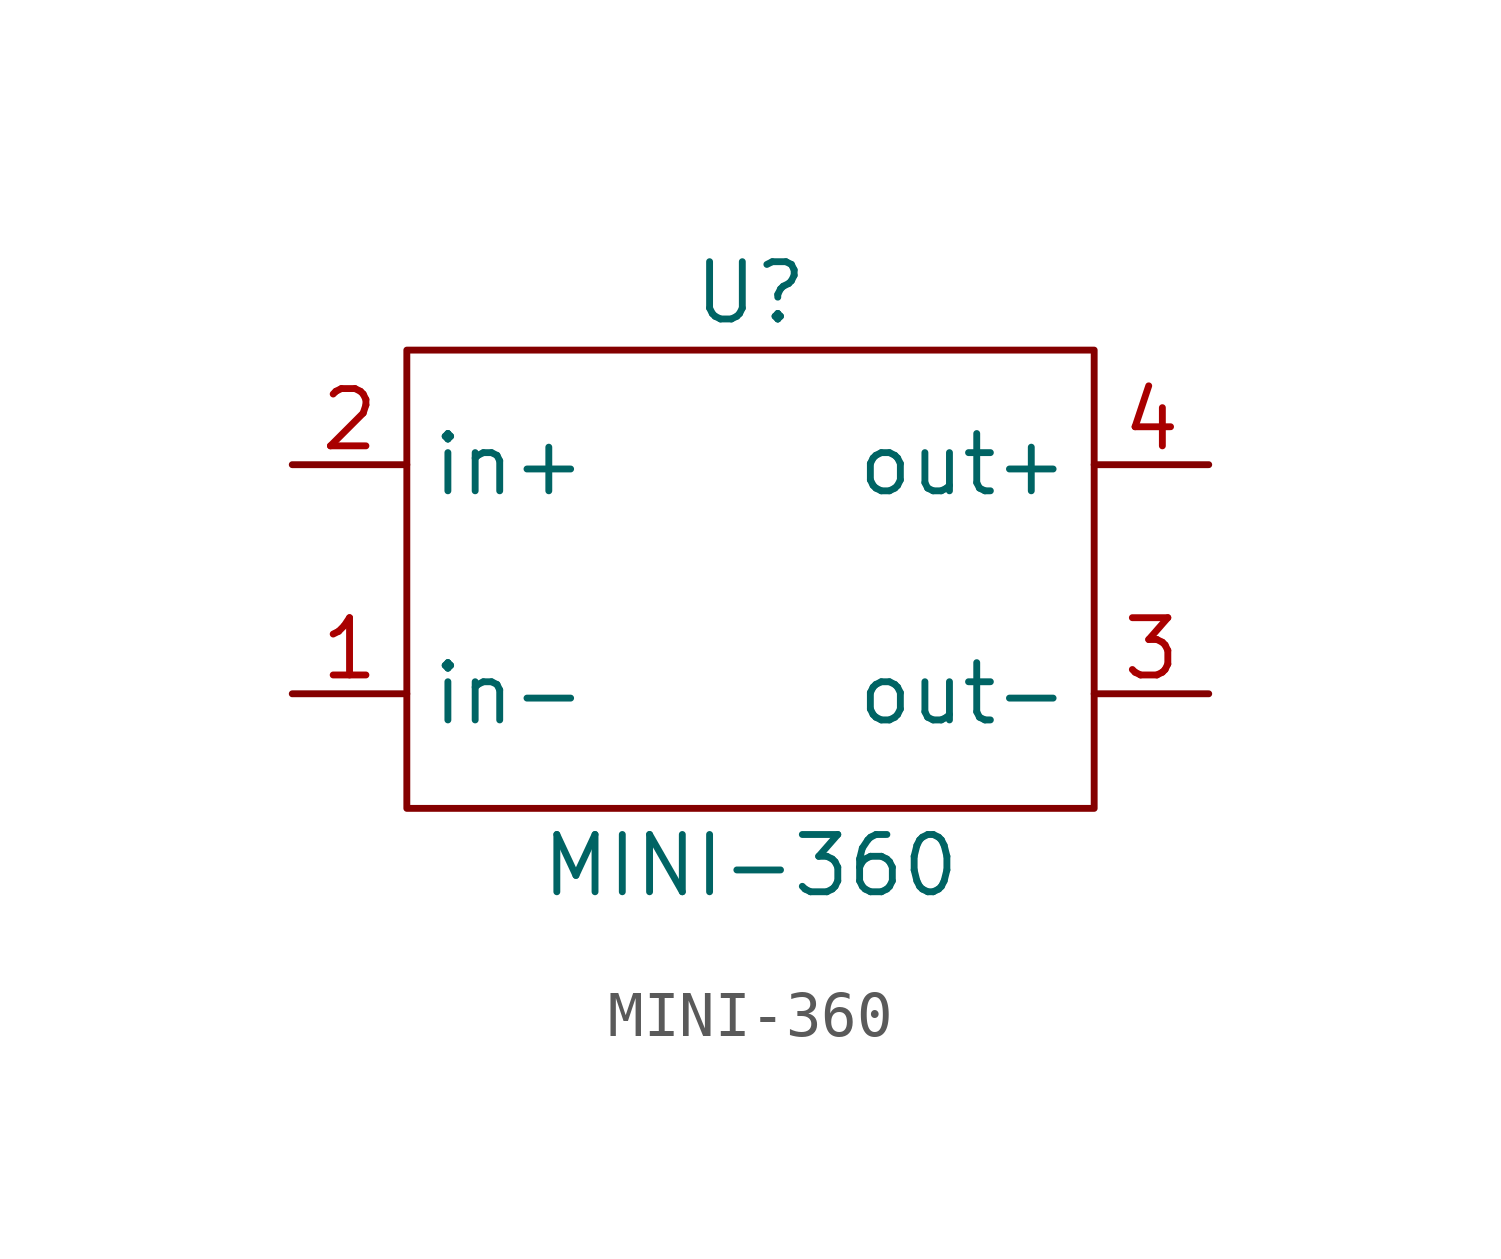
<source format=kicad_sym>
(kicad_symbol_lib
  (version 20220914)
  (generator kicad_symbol_editor)
  (symbol "MINI-360"
    (property "Reference" "U"
      (at 0 6.35 0)
      (effects (font (size 1.27 1.27))))
    (property "Value" "MINI-360"
      (at 0 -6.35 0)
      (effects (font (size 1.27 1.27))))
    (symbol "MINI-360_0_1"
      (rectangle (start -7.62 5.08) (end 7.62 -5.08) (stroke (width 0) (type default)) (fill (type none))))
    (symbol "MINI-360_1_1"
      (pin input line (at -10.16 -2.54 0) (length 2.54) (name "in-" (effects (font (size 1.27 1.27)))) (number "1" (effects (font (size 1.27 1.27)))))
      (pin input line (at -10.16 2.54 0) (length 2.54) (name "in+" (effects (font (size 1.27 1.27)))) (number "2" (effects (font (size 1.27 1.27)))))
      (pin input line (at 10.16 -2.54 180) (length 2.54) (name "out-" (effects (font (size 1.27 1.27)))) (number "3" (effects (font (size 1.27 1.27)))))
      (pin input line (at 10.16 2.54 180) (length 2.54) (name "out+" (effects (font (size 1.27 1.27)))) (number "4" (effects (font (size 1.27 1.27))))))))
</source>
